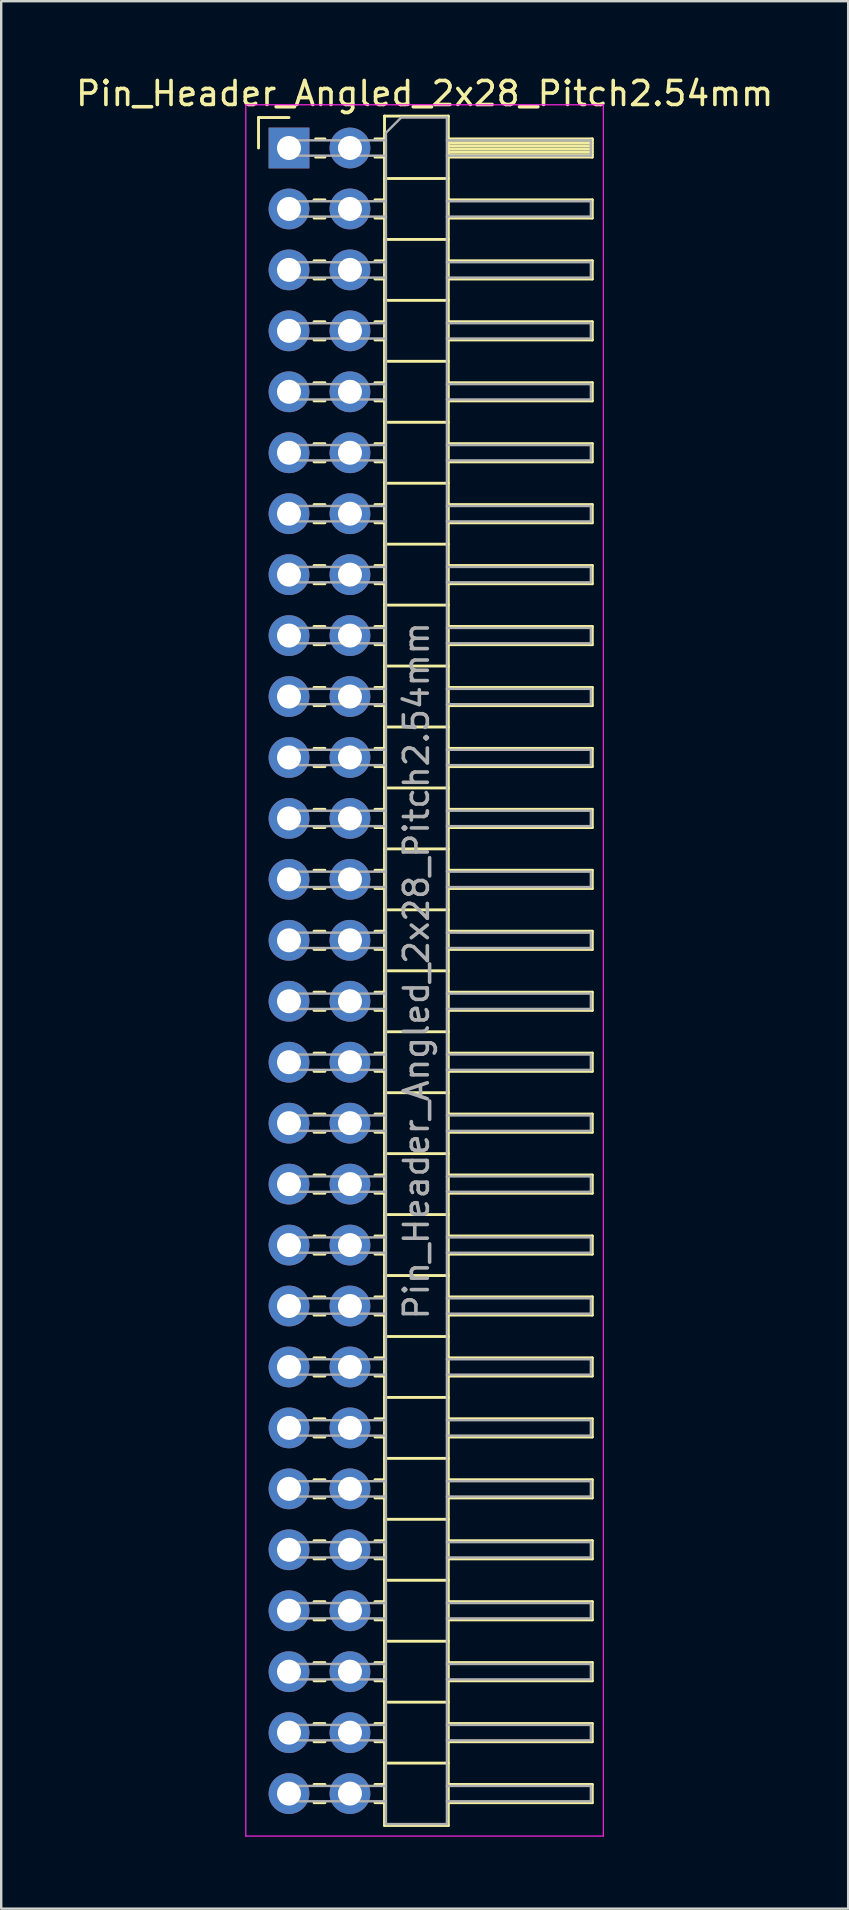
<source format=kicad_pcb>
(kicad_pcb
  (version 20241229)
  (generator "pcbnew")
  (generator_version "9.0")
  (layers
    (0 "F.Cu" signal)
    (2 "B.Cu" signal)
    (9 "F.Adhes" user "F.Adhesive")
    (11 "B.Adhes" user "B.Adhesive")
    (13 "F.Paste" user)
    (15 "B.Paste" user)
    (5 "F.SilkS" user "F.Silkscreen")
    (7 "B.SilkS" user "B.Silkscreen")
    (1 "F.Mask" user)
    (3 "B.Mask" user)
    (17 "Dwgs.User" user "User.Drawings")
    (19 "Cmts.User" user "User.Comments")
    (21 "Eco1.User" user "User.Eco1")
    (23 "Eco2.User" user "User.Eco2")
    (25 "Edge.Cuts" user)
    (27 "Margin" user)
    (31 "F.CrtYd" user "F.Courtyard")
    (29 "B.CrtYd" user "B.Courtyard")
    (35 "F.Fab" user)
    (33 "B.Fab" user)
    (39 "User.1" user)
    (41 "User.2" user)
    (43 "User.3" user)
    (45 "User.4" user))
  (footprint "Pin_Header_Angled_2x28_Pitch2.54mm"
    (layer "F.Cu")
    (at 8.994 3.118)
    (property "Reference" "Pin_Header_Angled_2x28_Pitch2.54mm" (at 5.655 -2.27 0) (layer "F.SilkS") (effects (font (size 1 1) (thickness 0.15))))
    (attr through_hole)
    (fp_line (start -1.27 -1.27) (end 0 -1.27) (stroke (width 0.12) (type solid)) (layer "F.SilkS"))
    (fp_line (start -1.27 0) (end -1.27 -1.27) (stroke (width 0.12) (type solid)) (layer "F.SilkS"))
    (fp_line (start 1.043 2.16) (end 1.497 2.16) (stroke (width 0.12) (type solid)) (layer "F.SilkS"))
    (fp_line (start 1.043 2.92) (end 1.497 2.92) (stroke (width 0.12) (type solid)) (layer "F.SilkS"))
    (fp_line (start 1.043 4.7) (end 1.497 4.7) (stroke (width 0.12) (type solid)) (layer "F.SilkS"))
    (fp_line (start 1.043 5.46) (end 1.497 5.46) (stroke (width 0.12) (type solid)) (layer "F.SilkS"))
    (fp_line (start 1.043 7.24) (end 1.497 7.24) (stroke (width 0.12) (type solid)) (layer "F.SilkS"))
    (fp_line (start 1.043 8) (end 1.497 8) (stroke (width 0.12) (type solid)) (layer "F.SilkS"))
    (fp_line (start 1.043 9.78) (end 1.497 9.78) (stroke (width 0.12) (type solid)) (layer "F.SilkS"))
    (fp_line (start 1.043 10.54) (end 1.497 10.54) (stroke (width 0.12) (type solid)) (layer "F.SilkS"))
    (fp_line (start 1.043 12.32) (end 1.497 12.32) (stroke (width 0.12) (type solid)) (layer "F.SilkS"))
    (fp_line (start 1.043 13.08) (end 1.497 13.08) (stroke (width 0.12) (type solid)) (layer "F.SilkS"))
    (fp_line (start 1.043 14.86) (end 1.497 14.86) (stroke (width 0.12) (type solid)) (layer "F.SilkS"))
    (fp_line (start 1.043 15.62) (end 1.497 15.62) (stroke (width 0.12) (type solid)) (layer "F.SilkS"))
    (fp_line (start 1.043 17.4) (end 1.497 17.4) (stroke (width 0.12) (type solid)) (layer "F.SilkS"))
    (fp_line (start 1.043 18.16) (end 1.497 18.16) (stroke (width 0.12) (type solid)) (layer "F.SilkS"))
    (fp_line (start 1.043 19.94) (end 1.497 19.94) (stroke (width 0.12) (type solid)) (layer "F.SilkS"))
    (fp_line (start 1.043 20.7) (end 1.497 20.7) (stroke (width 0.12) (type solid)) (layer "F.SilkS"))
    (fp_line (start 1.043 22.48) (end 1.497 22.48) (stroke (width 0.12) (type solid)) (layer "F.SilkS"))
    (fp_line (start 1.043 23.24) (end 1.497 23.24) (stroke (width 0.12) (type solid)) (layer "F.SilkS"))
    (fp_line (start 1.043 25.02) (end 1.497 25.02) (stroke (width 0.12) (type solid)) (layer "F.SilkS"))
    (fp_line (start 1.043 25.78) (end 1.497 25.78) (stroke (width 0.12) (type solid)) (layer "F.SilkS"))
    (fp_line (start 1.043 27.56) (end 1.497 27.56) (stroke (width 0.12) (type solid)) (layer "F.SilkS"))
    (fp_line (start 1.043 28.32) (end 1.497 28.32) (stroke (width 0.12) (type solid)) (layer "F.SilkS"))
    (fp_line (start 1.043 30.1) (end 1.497 30.1) (stroke (width 0.12) (type solid)) (layer "F.SilkS"))
    (fp_line (start 1.043 30.86) (end 1.497 30.86) (stroke (width 0.12) (type solid)) (layer "F.SilkS"))
    (fp_line (start 1.043 32.64) (end 1.497 32.64) (stroke (width 0.12) (type solid)) (layer "F.SilkS"))
    (fp_line (start 1.043 33.4) (end 1.497 33.4) (stroke (width 0.12) (type solid)) (layer "F.SilkS"))
    (fp_line (start 1.043 35.18) (end 1.497 35.18) (stroke (width 0.12) (type solid)) (layer "F.SilkS"))
    (fp_line (start 1.043 35.94) (end 1.497 35.94) (stroke (width 0.12) (type solid)) (layer "F.SilkS"))
    (fp_line (start 1.043 37.72) (end 1.497 37.72) (stroke (width 0.12) (type solid)) (layer "F.SilkS"))
    (fp_line (start 1.043 38.48) (end 1.497 38.48) (stroke (width 0.12) (type solid)) (layer "F.SilkS"))
    (fp_line (start 1.043 40.26) (end 1.497 40.26) (stroke (width 0.12) (type solid)) (layer "F.SilkS"))
    (fp_line (start 1.043 41.02) (end 1.497 41.02) (stroke (width 0.12) (type solid)) (layer "F.SilkS"))
    (fp_line (start 1.043 42.8) (end 1.497 42.8) (stroke (width 0.12) (type solid)) (layer "F.SilkS"))
    (fp_line (start 1.043 43.56) (end 1.497 43.56) (stroke (width 0.12) (type solid)) (layer "F.SilkS"))
    (fp_line (start 1.043 45.34) (end 1.497 45.34) (stroke (width 0.12) (type solid)) (layer "F.SilkS"))
    (fp_line (start 1.043 46.1) (end 1.497 46.1) (stroke (width 0.12) (type solid)) (layer "F.SilkS"))
    (fp_line (start 1.043 47.88) (end 1.497 47.88) (stroke (width 0.12) (type solid)) (layer "F.SilkS"))
    (fp_line (start 1.043 48.64) (end 1.497 48.64) (stroke (width 0.12) (type solid)) (layer "F.SilkS"))
    (fp_line (start 1.043 50.42) (end 1.497 50.42) (stroke (width 0.12) (type solid)) (layer "F.SilkS"))
    (fp_line (start 1.043 51.18) (end 1.497 51.18) (stroke (width 0.12) (type solid)) (layer "F.SilkS"))
    (fp_line (start 1.043 52.96) (end 1.497 52.96) (stroke (width 0.12) (type solid)) (layer "F.SilkS"))
    (fp_line (start 1.043 53.72) (end 1.497 53.72) (stroke (width 0.12) (type solid)) (layer "F.SilkS"))
    (fp_line (start 1.043 55.5) (end 1.497 55.5) (stroke (width 0.12) (type solid)) (layer "F.SilkS"))
    (fp_line (start 1.043 56.26) (end 1.497 56.26) (stroke (width 0.12) (type solid)) (layer "F.SilkS"))
    (fp_line (start 1.043 58.04) (end 1.497 58.04) (stroke (width 0.12) (type solid)) (layer "F.SilkS"))
    (fp_line (start 1.043 58.8) (end 1.497 58.8) (stroke (width 0.12) (type solid)) (layer "F.SilkS"))
    (fp_line (start 1.043 60.58) (end 1.497 60.58) (stroke (width 0.12) (type solid)) (layer "F.SilkS"))
    (fp_line (start 1.043 61.34) (end 1.497 61.34) (stroke (width 0.12) (type solid)) (layer "F.SilkS"))
    (fp_line (start 1.043 63.12) (end 1.497 63.12) (stroke (width 0.12) (type solid)) (layer "F.SilkS"))
    (fp_line (start 1.043 63.88) (end 1.497 63.88) (stroke (width 0.12) (type solid)) (layer "F.SilkS"))
    (fp_line (start 1.043 65.66) (end 1.497 65.66) (stroke (width 0.12) (type solid)) (layer "F.SilkS"))
    (fp_line (start 1.043 66.42) (end 1.497 66.42) (stroke (width 0.12) (type solid)) (layer "F.SilkS"))
    (fp_line (start 1.043 68.2) (end 1.497 68.2) (stroke (width 0.12) (type solid)) (layer "F.SilkS"))
    (fp_line (start 1.043 68.96) (end 1.497 68.96) (stroke (width 0.12) (type solid)) (layer "F.SilkS"))
    (fp_line (start 1.11 -0.38) (end 1.497 -0.38) (stroke (width 0.12) (type solid)) (layer "F.SilkS"))
    (fp_line (start 1.11 0.38) (end 1.497 0.38) (stroke (width 0.12) (type solid)) (layer "F.SilkS"))
    (fp_line (start 3.583 -0.38) (end 3.98 -0.38) (stroke (width 0.12) (type solid)) (layer "F.SilkS"))
    (fp_line (start 3.583 0.38) (end 3.98 0.38) (stroke (width 0.12) (type solid)) (layer "F.SilkS"))
    (fp_line (start 3.583 2.16) (end 3.98 2.16) (stroke (width 0.12) (type solid)) (layer "F.SilkS"))
    (fp_line (start 3.583 2.92) (end 3.98 2.92) (stroke (width 0.12) (type solid)) (layer "F.SilkS"))
    (fp_line (start 3.583 4.7) (end 3.98 4.7) (stroke (width 0.12) (type solid)) (layer "F.SilkS"))
    (fp_line (start 3.583 5.46) (end 3.98 5.46) (stroke (width 0.12) (type solid)) (layer "F.SilkS"))
    (fp_line (start 3.583 7.24) (end 3.98 7.24) (stroke (width 0.12) (type solid)) (layer "F.SilkS"))
    (fp_line (start 3.583 8) (end 3.98 8) (stroke (width 0.12) (type solid)) (layer "F.SilkS"))
    (fp_line (start 3.583 9.78) (end 3.98 9.78) (stroke (width 0.12) (type solid)) (layer "F.SilkS"))
    (fp_line (start 3.583 10.54) (end 3.98 10.54) (stroke (width 0.12) (type solid)) (layer "F.SilkS"))
    (fp_line (start 3.583 12.32) (end 3.98 12.32) (stroke (width 0.12) (type solid)) (layer "F.SilkS"))
    (fp_line (start 3.583 13.08) (end 3.98 13.08) (stroke (width 0.12) (type solid)) (layer "F.SilkS"))
    (fp_line (start 3.583 14.86) (end 3.98 14.86) (stroke (width 0.12) (type solid)) (layer "F.SilkS"))
    (fp_line (start 3.583 15.62) (end 3.98 15.62) (stroke (width 0.12) (type solid)) (layer "F.SilkS"))
    (fp_line (start 3.583 17.4) (end 3.98 17.4) (stroke (width 0.12) (type solid)) (layer "F.SilkS"))
    (fp_line (start 3.583 18.16) (end 3.98 18.16) (stroke (width 0.12) (type solid)) (layer "F.SilkS"))
    (fp_line (start 3.583 19.94) (end 3.98 19.94) (stroke (width 0.12) (type solid)) (layer "F.SilkS"))
    (fp_line (start 3.583 20.7) (end 3.98 20.7) (stroke (width 0.12) (type solid)) (layer "F.SilkS"))
    (fp_line (start 3.583 22.48) (end 3.98 22.48) (stroke (width 0.12) (type solid)) (layer "F.SilkS"))
    (fp_line (start 3.583 23.24) (end 3.98 23.24) (stroke (width 0.12) (type solid)) (layer "F.SilkS"))
    (fp_line (start 3.583 25.02) (end 3.98 25.02) (stroke (width 0.12) (type solid)) (layer "F.SilkS"))
    (fp_line (start 3.583 25.78) (end 3.98 25.78) (stroke (width 0.12) (type solid)) (layer "F.SilkS"))
    (fp_line (start 3.583 27.56) (end 3.98 27.56) (stroke (width 0.12) (type solid)) (layer "F.SilkS"))
    (fp_line (start 3.583 28.32) (end 3.98 28.32) (stroke (width 0.12) (type solid)) (layer "F.SilkS"))
    (fp_line (start 3.583 30.1) (end 3.98 30.1) (stroke (width 0.12) (type solid)) (layer "F.SilkS"))
    (fp_line (start 3.583 30.86) (end 3.98 30.86) (stroke (width 0.12) (type solid)) (layer "F.SilkS"))
    (fp_line (start 3.583 32.64) (end 3.98 32.64) (stroke (width 0.12) (type solid)) (layer "F.SilkS"))
    (fp_line (start 3.583 33.4) (end 3.98 33.4) (stroke (width 0.12) (type solid)) (layer "F.SilkS"))
    (fp_line (start 3.583 35.18) (end 3.98 35.18) (stroke (width 0.12) (type solid)) (layer "F.SilkS"))
    (fp_line (start 3.583 35.94) (end 3.98 35.94) (stroke (width 0.12) (type solid)) (layer "F.SilkS"))
    (fp_line (start 3.583 37.72) (end 3.98 37.72) (stroke (width 0.12) (type solid)) (layer "F.SilkS"))
    (fp_line (start 3.583 38.48) (end 3.98 38.48) (stroke (width 0.12) (type solid)) (layer "F.SilkS"))
    (fp_line (start 3.583 40.26) (end 3.98 40.26) (stroke (width 0.12) (type solid)) (layer "F.SilkS"))
    (fp_line (start 3.583 41.02) (end 3.98 41.02) (stroke (width 0.12) (type solid)) (layer "F.SilkS"))
    (fp_line (start 3.583 42.8) (end 3.98 42.8) (stroke (width 0.12) (type solid)) (layer "F.SilkS"))
    (fp_line (start 3.583 43.56) (end 3.98 43.56) (stroke (width 0.12) (type solid)) (layer "F.SilkS"))
    (fp_line (start 3.583 45.34) (end 3.98 45.34) (stroke (width 0.12) (type solid)) (layer "F.SilkS"))
    (fp_line (start 3.583 46.1) (end 3.98 46.1) (stroke (width 0.12) (type solid)) (layer "F.SilkS"))
    (fp_line (start 3.583 47.88) (end 3.98 47.88) (stroke (width 0.12) (type solid)) (layer "F.SilkS"))
    (fp_line (start 3.583 48.64) (end 3.98 48.64) (stroke (width 0.12) (type solid)) (layer "F.SilkS"))
    (fp_line (start 3.583 50.42) (end 3.98 50.42) (stroke (width 0.12) (type solid)) (layer "F.SilkS"))
    (fp_line (start 3.583 51.18) (end 3.98 51.18) (stroke (width 0.12) (type solid)) (layer "F.SilkS"))
    (fp_line (start 3.583 52.96) (end 3.98 52.96) (stroke (width 0.12) (type solid)) (layer "F.SilkS"))
    (fp_line (start 3.583 53.72) (end 3.98 53.72) (stroke (width 0.12) (type solid)) (layer "F.SilkS"))
    (fp_line (start 3.583 55.5) (end 3.98 55.5) (stroke (width 0.12) (type solid)) (layer "F.SilkS"))
    (fp_line (start 3.583 56.26) (end 3.98 56.26) (stroke (width 0.12) (type solid)) (layer "F.SilkS"))
    (fp_line (start 3.583 58.04) (end 3.98 58.04) (stroke (width 0.12) (type solid)) (layer "F.SilkS"))
    (fp_line (start 3.583 58.8) (end 3.98 58.8) (stroke (width 0.12) (type solid)) (layer "F.SilkS"))
    (fp_line (start 3.583 60.58) (end 3.98 60.58) (stroke (width 0.12) (type solid)) (layer "F.SilkS"))
    (fp_line (start 3.583 61.34) (end 3.98 61.34) (stroke (width 0.12) (type solid)) (layer "F.SilkS"))
    (fp_line (start 3.583 63.12) (end 3.98 63.12) (stroke (width 0.12) (type solid)) (layer "F.SilkS"))
    (fp_line (start 3.583 63.88) (end 3.98 63.88) (stroke (width 0.12) (type solid)) (layer "F.SilkS"))
    (fp_line (start 3.583 65.66) (end 3.98 65.66) (stroke (width 0.12) (type solid)) (layer "F.SilkS"))
    (fp_line (start 3.583 66.42) (end 3.98 66.42) (stroke (width 0.12) (type solid)) (layer "F.SilkS"))
    (fp_line (start 3.583 68.2) (end 3.98 68.2) (stroke (width 0.12) (type solid)) (layer "F.SilkS"))
    (fp_line (start 3.583 68.96) (end 3.98 68.96) (stroke (width 0.12) (type solid)) (layer "F.SilkS"))
    (fp_line (start 3.98 -1.33) (end 3.98 69.91) (stroke (width 0.12) (type solid)) (layer "F.SilkS"))
    (fp_line (start 3.98 1.27) (end 6.64 1.27) (stroke (width 0.12) (type solid)) (layer "F.SilkS"))
    (fp_line (start 3.98 3.81) (end 6.64 3.81) (stroke (width 0.12) (type solid)) (layer "F.SilkS"))
    (fp_line (start 3.98 6.35) (end 6.64 6.35) (stroke (width 0.12) (type solid)) (layer "F.SilkS"))
    (fp_line (start 3.98 8.89) (end 6.64 8.89) (stroke (width 0.12) (type solid)) (layer "F.SilkS"))
    (fp_line (start 3.98 11.43) (end 6.64 11.43) (stroke (width 0.12) (type solid)) (layer "F.SilkS"))
    (fp_line (start 3.98 13.97) (end 6.64 13.97) (stroke (width 0.12) (type solid)) (layer "F.SilkS"))
    (fp_line (start 3.98 16.51) (end 6.64 16.51) (stroke (width 0.12) (type solid)) (layer "F.SilkS"))
    (fp_line (start 3.98 19.05) (end 6.64 19.05) (stroke (width 0.12) (type solid)) (layer "F.SilkS"))
    (fp_line (start 3.98 21.59) (end 6.64 21.59) (stroke (width 0.12) (type solid)) (layer "F.SilkS"))
    (fp_line (start 3.98 24.13) (end 6.64 24.13) (stroke (width 0.12) (type solid)) (layer "F.SilkS"))
    (fp_line (start 3.98 26.67) (end 6.64 26.67) (stroke (width 0.12) (type solid)) (layer "F.SilkS"))
    (fp_line (start 3.98 29.21) (end 6.64 29.21) (stroke (width 0.12) (type solid)) (layer "F.SilkS"))
    (fp_line (start 3.98 31.75) (end 6.64 31.75) (stroke (width 0.12) (type solid)) (layer "F.SilkS"))
    (fp_line (start 3.98 34.29) (end 6.64 34.29) (stroke (width 0.12) (type solid)) (layer "F.SilkS"))
    (fp_line (start 3.98 36.83) (end 6.64 36.83) (stroke (width 0.12) (type solid)) (layer "F.SilkS"))
    (fp_line (start 3.98 39.37) (end 6.64 39.37) (stroke (width 0.12) (type solid)) (layer "F.SilkS"))
    (fp_line (start 3.98 41.91) (end 6.64 41.91) (stroke (width 0.12) (type solid)) (layer "F.SilkS"))
    (fp_line (start 3.98 44.45) (end 6.64 44.45) (stroke (width 0.12) (type solid)) (layer "F.SilkS"))
    (fp_line (start 3.98 46.99) (end 6.64 46.99) (stroke (width 0.12) (type solid)) (layer "F.SilkS"))
    (fp_line (start 3.98 49.53) (end 6.64 49.53) (stroke (width 0.12) (type solid)) (layer "F.SilkS"))
    (fp_line (start 3.98 52.07) (end 6.64 52.07) (stroke (width 0.12) (type solid)) (layer "F.SilkS"))
    (fp_line (start 3.98 54.61) (end 6.64 54.61) (stroke (width 0.12) (type solid)) (layer "F.SilkS"))
    (fp_line (start 3.98 57.15) (end 6.64 57.15) (stroke (width 0.12) (type solid)) (layer "F.SilkS"))
    (fp_line (start 3.98 59.69) (end 6.64 59.69) (stroke (width 0.12) (type solid)) (layer "F.SilkS"))
    (fp_line (start 3.98 62.23) (end 6.64 62.23) (stroke (width 0.12) (type solid)) (layer "F.SilkS"))
    (fp_line (start 3.98 64.77) (end 6.64 64.77) (stroke (width 0.12) (type solid)) (layer "F.SilkS"))
    (fp_line (start 3.98 67.31) (end 6.64 67.31) (stroke (width 0.12) (type solid)) (layer "F.SilkS"))
    (fp_line (start 3.98 69.91) (end 6.64 69.91) (stroke (width 0.12) (type solid)) (layer "F.SilkS"))
    (fp_line (start 6.64 -1.33) (end 3.98 -1.33) (stroke (width 0.12) (type solid)) (layer "F.SilkS"))
    (fp_line (start 6.64 -0.38) (end 12.64 -0.38) (stroke (width 0.12) (type solid)) (layer "F.SilkS"))
    (fp_line (start 6.64 -0.32) (end 12.64 -0.32) (stroke (width 0.12) (type solid)) (layer "F.SilkS"))
    (fp_line (start 6.64 -0.2) (end 12.64 -0.2) (stroke (width 0.12) (type solid)) (layer "F.SilkS"))
    (fp_line (start 6.64 -0.08) (end 12.64 -0.08) (stroke (width 0.12) (type solid)) (layer "F.SilkS"))
    (fp_line (start 6.64 0.04) (end 12.64 0.04) (stroke (width 0.12) (type solid)) (layer "F.SilkS"))
    (fp_line (start 6.64 0.16) (end 12.64 0.16) (stroke (width 0.12) (type solid)) (layer "F.SilkS"))
    (fp_line (start 6.64 0.28) (end 12.64 0.28) (stroke (width 0.12) (type solid)) (layer "F.SilkS"))
    (fp_line (start 6.64 2.16) (end 12.64 2.16) (stroke (width 0.12) (type solid)) (layer "F.SilkS"))
    (fp_line (start 6.64 4.7) (end 12.64 4.7) (stroke (width 0.12) (type solid)) (layer "F.SilkS"))
    (fp_line (start 6.64 7.24) (end 12.64 7.24) (stroke (width 0.12) (type solid)) (layer "F.SilkS"))
    (fp_line (start 6.64 9.78) (end 12.64 9.78) (stroke (width 0.12) (type solid)) (layer "F.SilkS"))
    (fp_line (start 6.64 12.32) (end 12.64 12.32) (stroke (width 0.12) (type solid)) (layer "F.SilkS"))
    (fp_line (start 6.64 14.86) (end 12.64 14.86) (stroke (width 0.12) (type solid)) (layer "F.SilkS"))
    (fp_line (start 6.64 17.4) (end 12.64 17.4) (stroke (width 0.12) (type solid)) (layer "F.SilkS"))
    (fp_line (start 6.64 19.94) (end 12.64 19.94) (stroke (width 0.12) (type solid)) (layer "F.SilkS"))
    (fp_line (start 6.64 22.48) (end 12.64 22.48) (stroke (width 0.12) (type solid)) (layer "F.SilkS"))
    (fp_line (start 6.64 25.02) (end 12.64 25.02) (stroke (width 0.12) (type solid)) (layer "F.SilkS"))
    (fp_line (start 6.64 27.56) (end 12.64 27.56) (stroke (width 0.12) (type solid)) (layer "F.SilkS"))
    (fp_line (start 6.64 30.1) (end 12.64 30.1) (stroke (width 0.12) (type solid)) (layer "F.SilkS"))
    (fp_line (start 6.64 32.64) (end 12.64 32.64) (stroke (width 0.12) (type solid)) (layer "F.SilkS"))
    (fp_line (start 6.64 35.18) (end 12.64 35.18) (stroke (width 0.12) (type solid)) (layer "F.SilkS"))
    (fp_line (start 6.64 37.72) (end 12.64 37.72) (stroke (width 0.12) (type solid)) (layer "F.SilkS"))
    (fp_line (start 6.64 40.26) (end 12.64 40.26) (stroke (width 0.12) (type solid)) (layer "F.SilkS"))
    (fp_line (start 6.64 42.8) (end 12.64 42.8) (stroke (width 0.12) (type solid)) (layer "F.SilkS"))
    (fp_line (start 6.64 45.34) (end 12.64 45.34) (stroke (width 0.12) (type solid)) (layer "F.SilkS"))
    (fp_line (start 6.64 47.88) (end 12.64 47.88) (stroke (width 0.12) (type solid)) (layer "F.SilkS"))
    (fp_line (start 6.64 50.42) (end 12.64 50.42) (stroke (width 0.12) (type solid)) (layer "F.SilkS"))
    (fp_line (start 6.64 52.96) (end 12.64 52.96) (stroke (width 0.12) (type solid)) (layer "F.SilkS"))
    (fp_line (start 6.64 55.5) (end 12.64 55.5) (stroke (width 0.12) (type solid)) (layer "F.SilkS"))
    (fp_line (start 6.64 58.04) (end 12.64 58.04) (stroke (width 0.12) (type solid)) (layer "F.SilkS"))
    (fp_line (start 6.64 60.58) (end 12.64 60.58) (stroke (width 0.12) (type solid)) (layer "F.SilkS"))
    (fp_line (start 6.64 63.12) (end 12.64 63.12) (stroke (width 0.12) (type solid)) (layer "F.SilkS"))
    (fp_line (start 6.64 65.66) (end 12.64 65.66) (stroke (width 0.12) (type solid)) (layer "F.SilkS"))
    (fp_line (start 6.64 68.2) (end 12.64 68.2) (stroke (width 0.12) (type solid)) (layer "F.SilkS"))
    (fp_line (start 6.64 69.91) (end 6.64 -1.33) (stroke (width 0.12) (type solid)) (layer "F.SilkS"))
    (fp_line (start 12.64 -0.38) (end 12.64 0.38) (stroke (width 0.12) (type solid)) (layer "F.SilkS"))
    (fp_line (start 12.64 0.38) (end 6.64 0.38) (stroke (width 0.12) (type solid)) (layer "F.SilkS"))
    (fp_line (start 12.64 2.16) (end 12.64 2.92) (stroke (width 0.12) (type solid)) (layer "F.SilkS"))
    (fp_line (start 12.64 2.92) (end 6.64 2.92) (stroke (width 0.12) (type solid)) (layer "F.SilkS"))
    (fp_line (start 12.64 4.7) (end 12.64 5.46) (stroke (width 0.12) (type solid)) (layer "F.SilkS"))
    (fp_line (start 12.64 5.46) (end 6.64 5.46) (stroke (width 0.12) (type solid)) (layer "F.SilkS"))
    (fp_line (start 12.64 7.24) (end 12.64 8) (stroke (width 0.12) (type solid)) (layer "F.SilkS"))
    (fp_line (start 12.64 8) (end 6.64 8) (stroke (width 0.12) (type solid)) (layer "F.SilkS"))
    (fp_line (start 12.64 9.78) (end 12.64 10.54) (stroke (width 0.12) (type solid)) (layer "F.SilkS"))
    (fp_line (start 12.64 10.54) (end 6.64 10.54) (stroke (width 0.12) (type solid)) (layer "F.SilkS"))
    (fp_line (start 12.64 12.32) (end 12.64 13.08) (stroke (width 0.12) (type solid)) (layer "F.SilkS"))
    (fp_line (start 12.64 13.08) (end 6.64 13.08) (stroke (width 0.12) (type solid)) (layer "F.SilkS"))
    (fp_line (start 12.64 14.86) (end 12.64 15.62) (stroke (width 0.12) (type solid)) (layer "F.SilkS"))
    (fp_line (start 12.64 15.62) (end 6.64 15.62) (stroke (width 0.12) (type solid)) (layer "F.SilkS"))
    (fp_line (start 12.64 17.4) (end 12.64 18.16) (stroke (width 0.12) (type solid)) (layer "F.SilkS"))
    (fp_line (start 12.64 18.16) (end 6.64 18.16) (stroke (width 0.12) (type solid)) (layer "F.SilkS"))
    (fp_line (start 12.64 19.94) (end 12.64 20.7) (stroke (width 0.12) (type solid)) (layer "F.SilkS"))
    (fp_line (start 12.64 20.7) (end 6.64 20.7) (stroke (width 0.12) (type solid)) (layer "F.SilkS"))
    (fp_line (start 12.64 22.48) (end 12.64 23.24) (stroke (width 0.12) (type solid)) (layer "F.SilkS"))
    (fp_line (start 12.64 23.24) (end 6.64 23.24) (stroke (width 0.12) (type solid)) (layer "F.SilkS"))
    (fp_line (start 12.64 25.02) (end 12.64 25.78) (stroke (width 0.12) (type solid)) (layer "F.SilkS"))
    (fp_line (start 12.64 25.78) (end 6.64 25.78) (stroke (width 0.12) (type solid)) (layer "F.SilkS"))
    (fp_line (start 12.64 27.56) (end 12.64 28.32) (stroke (width 0.12) (type solid)) (layer "F.SilkS"))
    (fp_line (start 12.64 28.32) (end 6.64 28.32) (stroke (width 0.12) (type solid)) (layer "F.SilkS"))
    (fp_line (start 12.64 30.1) (end 12.64 30.86) (stroke (width 0.12) (type solid)) (layer "F.SilkS"))
    (fp_line (start 12.64 30.86) (end 6.64 30.86) (stroke (width 0.12) (type solid)) (layer "F.SilkS"))
    (fp_line (start 12.64 32.64) (end 12.64 33.4) (stroke (width 0.12) (type solid)) (layer "F.SilkS"))
    (fp_line (start 12.64 33.4) (end 6.64 33.4) (stroke (width 0.12) (type solid)) (layer "F.SilkS"))
    (fp_line (start 12.64 35.18) (end 12.64 35.94) (stroke (width 0.12) (type solid)) (layer "F.SilkS"))
    (fp_line (start 12.64 35.94) (end 6.64 35.94) (stroke (width 0.12) (type solid)) (layer "F.SilkS"))
    (fp_line (start 12.64 37.72) (end 12.64 38.48) (stroke (width 0.12) (type solid)) (layer "F.SilkS"))
    (fp_line (start 12.64 38.48) (end 6.64 38.48) (stroke (width 0.12) (type solid)) (layer "F.SilkS"))
    (fp_line (start 12.64 40.26) (end 12.64 41.02) (stroke (width 0.12) (type solid)) (layer "F.SilkS"))
    (fp_line (start 12.64 41.02) (end 6.64 41.02) (stroke (width 0.12) (type solid)) (layer "F.SilkS"))
    (fp_line (start 12.64 42.8) (end 12.64 43.56) (stroke (width 0.12) (type solid)) (layer "F.SilkS"))
    (fp_line (start 12.64 43.56) (end 6.64 43.56) (stroke (width 0.12) (type solid)) (layer "F.SilkS"))
    (fp_line (start 12.64 45.34) (end 12.64 46.1) (stroke (width 0.12) (type solid)) (layer "F.SilkS"))
    (fp_line (start 12.64 46.1) (end 6.64 46.1) (stroke (width 0.12) (type solid)) (layer "F.SilkS"))
    (fp_line (start 12.64 47.88) (end 12.64 48.64) (stroke (width 0.12) (type solid)) (layer "F.SilkS"))
    (fp_line (start 12.64 48.64) (end 6.64 48.64) (stroke (width 0.12) (type solid)) (layer "F.SilkS"))
    (fp_line (start 12.64 50.42) (end 12.64 51.18) (stroke (width 0.12) (type solid)) (layer "F.SilkS"))
    (fp_line (start 12.64 51.18) (end 6.64 51.18) (stroke (width 0.12) (type solid)) (layer "F.SilkS"))
    (fp_line (start 12.64 52.96) (end 12.64 53.72) (stroke (width 0.12) (type solid)) (layer "F.SilkS"))
    (fp_line (start 12.64 53.72) (end 6.64 53.72) (stroke (width 0.12) (type solid)) (layer "F.SilkS"))
    (fp_line (start 12.64 55.5) (end 12.64 56.26) (stroke (width 0.12) (type solid)) (layer "F.SilkS"))
    (fp_line (start 12.64 56.26) (end 6.64 56.26) (stroke (width 0.12) (type solid)) (layer "F.SilkS"))
    (fp_line (start 12.64 58.04) (end 12.64 58.8) (stroke (width 0.12) (type solid)) (layer "F.SilkS"))
    (fp_line (start 12.64 58.8) (end 6.64 58.8) (stroke (width 0.12) (type solid)) (layer "F.SilkS"))
    (fp_line (start 12.64 60.58) (end 12.64 61.34) (stroke (width 0.12) (type solid)) (layer "F.SilkS"))
    (fp_line (start 12.64 61.34) (end 6.64 61.34) (stroke (width 0.12) (type solid)) (layer "F.SilkS"))
    (fp_line (start 12.64 63.12) (end 12.64 63.88) (stroke (width 0.12) (type solid)) (layer "F.SilkS"))
    (fp_line (start 12.64 63.88) (end 6.64 63.88) (stroke (width 0.12) (type solid)) (layer "F.SilkS"))
    (fp_line (start 12.64 65.66) (end 12.64 66.42) (stroke (width 0.12) (type solid)) (layer "F.SilkS"))
    (fp_line (start 12.64 66.42) (end 6.64 66.42) (stroke (width 0.12) (type solid)) (layer "F.SilkS"))
    (fp_line (start 12.64 68.2) (end 12.64 68.96) (stroke (width 0.12) (type solid)) (layer "F.SilkS"))
    (fp_line (start 12.64 68.96) (end 6.64 68.96) (stroke (width 0.12) (type solid)) (layer "F.SilkS"))
    (fp_line (start -1.8 -1.8) (end -1.8 70.35) (stroke (width 0.05) (type solid)) (layer "F.CrtYd"))
    (fp_line (start -1.8 70.35) (end 13.1 70.35) (stroke (width 0.05) (type solid)) (layer "F.CrtYd"))
    (fp_line (start 13.1 -1.8) (end -1.8 -1.8) (stroke (width 0.05) (type solid)) (layer "F.CrtYd"))
    (fp_line (start 13.1 70.35) (end 13.1 -1.8) (stroke (width 0.05) (type solid)) (layer "F.CrtYd"))
    (fp_line (start -0.32 -0.32) (end -0.32 0.32) (stroke (width 0.1) (type solid)) (layer "F.Fab"))
    (fp_line (start -0.32 -0.32) (end 4.04 -0.32) (stroke (width 0.1) (type solid)) (layer "F.Fab"))
    (fp_line (start -0.32 0.32) (end 4.04 0.32) (stroke (width 0.1) (type solid)) (layer "F.Fab"))
    (fp_line (start -0.32 2.22) (end -0.32 2.86) (stroke (width 0.1) (type solid)) (layer "F.Fab"))
    (fp_line (start -0.32 2.22) (end 4.04 2.22) (stroke (width 0.1) (type solid)) (layer "F.Fab"))
    (fp_line (start -0.32 2.86) (end 4.04 2.86) (stroke (width 0.1) (type solid)) (layer "F.Fab"))
    (fp_line (start -0.32 4.76) (end -0.32 5.4) (stroke (width 0.1) (type solid)) (layer "F.Fab"))
    (fp_line (start -0.32 4.76) (end 4.04 4.76) (stroke (width 0.1) (type solid)) (layer "F.Fab"))
    (fp_line (start -0.32 5.4) (end 4.04 5.4) (stroke (width 0.1) (type solid)) (layer "F.Fab"))
    (fp_line (start -0.32 7.3) (end -0.32 7.94) (stroke (width 0.1) (type solid)) (layer "F.Fab"))
    (fp_line (start -0.32 7.3) (end 4.04 7.3) (stroke (width 0.1) (type solid)) (layer "F.Fab"))
    (fp_line (start -0.32 7.94) (end 4.04 7.94) (stroke (width 0.1) (type solid)) (layer "F.Fab"))
    (fp_line (start -0.32 9.84) (end -0.32 10.48) (stroke (width 0.1) (type solid)) (layer "F.Fab"))
    (fp_line (start -0.32 9.84) (end 4.04 9.84) (stroke (width 0.1) (type solid)) (layer "F.Fab"))
    (fp_line (start -0.32 10.48) (end 4.04 10.48) (stroke (width 0.1) (type solid)) (layer "F.Fab"))
    (fp_line (start -0.32 12.38) (end -0.32 13.02) (stroke (width 0.1) (type solid)) (layer "F.Fab"))
    (fp_line (start -0.32 12.38) (end 4.04 12.38) (stroke (width 0.1) (type solid)) (layer "F.Fab"))
    (fp_line (start -0.32 13.02) (end 4.04 13.02) (stroke (width 0.1) (type solid)) (layer "F.Fab"))
    (fp_line (start -0.32 14.92) (end -0.32 15.56) (stroke (width 0.1) (type solid)) (layer "F.Fab"))
    (fp_line (start -0.32 14.92) (end 4.04 14.92) (stroke (width 0.1) (type solid)) (layer "F.Fab"))
    (fp_line (start -0.32 15.56) (end 4.04 15.56) (stroke (width 0.1) (type solid)) (layer "F.Fab"))
    (fp_line (start -0.32 17.46) (end -0.32 18.1) (stroke (width 0.1) (type solid)) (layer "F.Fab"))
    (fp_line (start -0.32 17.46) (end 4.04 17.46) (stroke (width 0.1) (type solid)) (layer "F.Fab"))
    (fp_line (start -0.32 18.1) (end 4.04 18.1) (stroke (width 0.1) (type solid)) (layer "F.Fab"))
    (fp_line (start -0.32 20) (end -0.32 20.64) (stroke (width 0.1) (type solid)) (layer "F.Fab"))
    (fp_line (start -0.32 20) (end 4.04 20) (stroke (width 0.1) (type solid)) (layer "F.Fab"))
    (fp_line (start -0.32 20.64) (end 4.04 20.64) (stroke (width 0.1) (type solid)) (layer "F.Fab"))
    (fp_line (start -0.32 22.54) (end -0.32 23.18) (stroke (width 0.1) (type solid)) (layer "F.Fab"))
    (fp_line (start -0.32 22.54) (end 4.04 22.54) (stroke (width 0.1) (type solid)) (layer "F.Fab"))
    (fp_line (start -0.32 23.18) (end 4.04 23.18) (stroke (width 0.1) (type solid)) (layer "F.Fab"))
    (fp_line (start -0.32 25.08) (end -0.32 25.72) (stroke (width 0.1) (type solid)) (layer "F.Fab"))
    (fp_line (start -0.32 25.08) (end 4.04 25.08) (stroke (width 0.1) (type solid)) (layer "F.Fab"))
    (fp_line (start -0.32 25.72) (end 4.04 25.72) (stroke (width 0.1) (type solid)) (layer "F.Fab"))
    (fp_line (start -0.32 27.62) (end -0.32 28.26) (stroke (width 0.1) (type solid)) (layer "F.Fab"))
    (fp_line (start -0.32 27.62) (end 4.04 27.62) (stroke (width 0.1) (type solid)) (layer "F.Fab"))
    (fp_line (start -0.32 28.26) (end 4.04 28.26) (stroke (width 0.1) (type solid)) (layer "F.Fab"))
    (fp_line (start -0.32 30.16) (end -0.32 30.8) (stroke (width 0.1) (type solid)) (layer "F.Fab"))
    (fp_line (start -0.32 30.16) (end 4.04 30.16) (stroke (width 0.1) (type solid)) (layer "F.Fab"))
    (fp_line (start -0.32 30.8) (end 4.04 30.8) (stroke (width 0.1) (type solid)) (layer "F.Fab"))
    (fp_line (start -0.32 32.7) (end -0.32 33.34) (stroke (width 0.1) (type solid)) (layer "F.Fab"))
    (fp_line (start -0.32 32.7) (end 4.04 32.7) (stroke (width 0.1) (type solid)) (layer "F.Fab"))
    (fp_line (start -0.32 33.34) (end 4.04 33.34) (stroke (width 0.1) (type solid)) (layer "F.Fab"))
    (fp_line (start -0.32 35.24) (end -0.32 35.88) (stroke (width 0.1) (type solid)) (layer "F.Fab"))
    (fp_line (start -0.32 35.24) (end 4.04 35.24) (stroke (width 0.1) (type solid)) (layer "F.Fab"))
    (fp_line (start -0.32 35.88) (end 4.04 35.88) (stroke (width 0.1) (type solid)) (layer "F.Fab"))
    (fp_line (start -0.32 37.78) (end -0.32 38.42) (stroke (width 0.1) (type solid)) (layer "F.Fab"))
    (fp_line (start -0.32 37.78) (end 4.04 37.78) (stroke (width 0.1) (type solid)) (layer "F.Fab"))
    (fp_line (start -0.32 38.42) (end 4.04 38.42) (stroke (width 0.1) (type solid)) (layer "F.Fab"))
    (fp_line (start -0.32 40.32) (end -0.32 40.96) (stroke (width 0.1) (type solid)) (layer "F.Fab"))
    (fp_line (start -0.32 40.32) (end 4.04 40.32) (stroke (width 0.1) (type solid)) (layer "F.Fab"))
    (fp_line (start -0.32 40.96) (end 4.04 40.96) (stroke (width 0.1) (type solid)) (layer "F.Fab"))
    (fp_line (start -0.32 42.86) (end -0.32 43.5) (stroke (width 0.1) (type solid)) (layer "F.Fab"))
    (fp_line (start -0.32 42.86) (end 4.04 42.86) (stroke (width 0.1) (type solid)) (layer "F.Fab"))
    (fp_line (start -0.32 43.5) (end 4.04 43.5) (stroke (width 0.1) (type solid)) (layer "F.Fab"))
    (fp_line (start -0.32 45.4) (end -0.32 46.04) (stroke (width 0.1) (type solid)) (layer "F.Fab"))
    (fp_line (start -0.32 45.4) (end 4.04 45.4) (stroke (width 0.1) (type solid)) (layer "F.Fab"))
    (fp_line (start -0.32 46.04) (end 4.04 46.04) (stroke (width 0.1) (type solid)) (layer "F.Fab"))
    (fp_line (start -0.32 47.94) (end -0.32 48.58) (stroke (width 0.1) (type solid)) (layer "F.Fab"))
    (fp_line (start -0.32 47.94) (end 4.04 47.94) (stroke (width 0.1) (type solid)) (layer "F.Fab"))
    (fp_line (start -0.32 48.58) (end 4.04 48.58) (stroke (width 0.1) (type solid)) (layer "F.Fab"))
    (fp_line (start -0.32 50.48) (end -0.32 51.12) (stroke (width 0.1) (type solid)) (layer "F.Fab"))
    (fp_line (start -0.32 50.48) (end 4.04 50.48) (stroke (width 0.1) (type solid)) (layer "F.Fab"))
    (fp_line (start -0.32 51.12) (end 4.04 51.12) (stroke (width 0.1) (type solid)) (layer "F.Fab"))
    (fp_line (start -0.32 53.02) (end -0.32 53.66) (stroke (width 0.1) (type solid)) (layer "F.Fab"))
    (fp_line (start -0.32 53.02) (end 4.04 53.02) (stroke (width 0.1) (type solid)) (layer "F.Fab"))
    (fp_line (start -0.32 53.66) (end 4.04 53.66) (stroke (width 0.1) (type solid)) (layer "F.Fab"))
    (fp_line (start -0.32 55.56) (end -0.32 56.2) (stroke (width 0.1) (type solid)) (layer "F.Fab"))
    (fp_line (start -0.32 55.56) (end 4.04 55.56) (stroke (width 0.1) (type solid)) (layer "F.Fab"))
    (fp_line (start -0.32 56.2) (end 4.04 56.2) (stroke (width 0.1) (type solid)) (layer "F.Fab"))
    (fp_line (start -0.32 58.1) (end -0.32 58.74) (stroke (width 0.1) (type solid)) (layer "F.Fab"))
    (fp_line (start -0.32 58.1) (end 4.04 58.1) (stroke (width 0.1) (type solid)) (layer "F.Fab"))
    (fp_line (start -0.32 58.74) (end 4.04 58.74) (stroke (width 0.1) (type solid)) (layer "F.Fab"))
    (fp_line (start -0.32 60.64) (end -0.32 61.28) (stroke (width 0.1) (type solid)) (layer "F.Fab"))
    (fp_line (start -0.32 60.64) (end 4.04 60.64) (stroke (width 0.1) (type solid)) (layer "F.Fab"))
    (fp_line (start -0.32 61.28) (end 4.04 61.28) (stroke (width 0.1) (type solid)) (layer "F.Fab"))
    (fp_line (start -0.32 63.18) (end -0.32 63.82) (stroke (width 0.1) (type solid)) (layer "F.Fab"))
    (fp_line (start -0.32 63.18) (end 4.04 63.18) (stroke (width 0.1) (type solid)) (layer "F.Fab"))
    (fp_line (start -0.32 63.82) (end 4.04 63.82) (stroke (width 0.1) (type solid)) (layer "F.Fab"))
    (fp_line (start -0.32 65.72) (end -0.32 66.36) (stroke (width 0.1) (type solid)) (layer "F.Fab"))
    (fp_line (start -0.32 65.72) (end 4.04 65.72) (stroke (width 0.1) (type solid)) (layer "F.Fab"))
    (fp_line (start -0.32 66.36) (end 4.04 66.36) (stroke (width 0.1) (type solid)) (layer "F.Fab"))
    (fp_line (start -0.32 68.26) (end -0.32 68.9) (stroke (width 0.1) (type solid)) (layer "F.Fab"))
    (fp_line (start -0.32 68.26) (end 4.04 68.26) (stroke (width 0.1) (type solid)) (layer "F.Fab"))
    (fp_line (start -0.32 68.9) (end 4.04 68.9) (stroke (width 0.1) (type solid)) (layer "F.Fab"))
    (fp_line (start 4.04 -0.635) (end 4.675 -1.27) (stroke (width 0.1) (type solid)) (layer "F.Fab"))
    (fp_line (start 4.04 69.85) (end 4.04 -0.635) (stroke (width 0.1) (type solid)) (layer "F.Fab"))
    (fp_line (start 4.675 -1.27) (end 6.58 -1.27) (stroke (width 0.1) (type solid)) (layer "F.Fab"))
    (fp_line (start 6.58 -1.27) (end 6.58 69.85) (stroke (width 0.1) (type solid)) (layer "F.Fab"))
    (fp_line (start 6.58 -0.32) (end 12.58 -0.32) (stroke (width 0.1) (type solid)) (layer "F.Fab"))
    (fp_line (start 6.58 0.32) (end 12.58 0.32) (stroke (width 0.1) (type solid)) (layer "F.Fab"))
    (fp_line (start 6.58 2.22) (end 12.58 2.22) (stroke (width 0.1) (type solid)) (layer "F.Fab"))
    (fp_line (start 6.58 2.86) (end 12.58 2.86) (stroke (width 0.1) (type solid)) (layer "F.Fab"))
    (fp_line (start 6.58 4.76) (end 12.58 4.76) (stroke (width 0.1) (type solid)) (layer "F.Fab"))
    (fp_line (start 6.58 5.4) (end 12.58 5.4) (stroke (width 0.1) (type solid)) (layer "F.Fab"))
    (fp_line (start 6.58 7.3) (end 12.58 7.3) (stroke (width 0.1) (type solid)) (layer "F.Fab"))
    (fp_line (start 6.58 7.94) (end 12.58 7.94) (stroke (width 0.1) (type solid)) (layer "F.Fab"))
    (fp_line (start 6.58 9.84) (end 12.58 9.84) (stroke (width 0.1) (type solid)) (layer "F.Fab"))
    (fp_line (start 6.58 10.48) (end 12.58 10.48) (stroke (width 0.1) (type solid)) (layer "F.Fab"))
    (fp_line (start 6.58 12.38) (end 12.58 12.38) (stroke (width 0.1) (type solid)) (layer "F.Fab"))
    (fp_line (start 6.58 13.02) (end 12.58 13.02) (stroke (width 0.1) (type solid)) (layer "F.Fab"))
    (fp_line (start 6.58 14.92) (end 12.58 14.92) (stroke (width 0.1) (type solid)) (layer "F.Fab"))
    (fp_line (start 6.58 15.56) (end 12.58 15.56) (stroke (width 0.1) (type solid)) (layer "F.Fab"))
    (fp_line (start 6.58 17.46) (end 12.58 17.46) (stroke (width 0.1) (type solid)) (layer "F.Fab"))
    (fp_line (start 6.58 18.1) (end 12.58 18.1) (stroke (width 0.1) (type solid)) (layer "F.Fab"))
    (fp_line (start 6.58 20) (end 12.58 20) (stroke (width 0.1) (type solid)) (layer "F.Fab"))
    (fp_line (start 6.58 20.64) (end 12.58 20.64) (stroke (width 0.1) (type solid)) (layer "F.Fab"))
    (fp_line (start 6.58 22.54) (end 12.58 22.54) (stroke (width 0.1) (type solid)) (layer "F.Fab"))
    (fp_line (start 6.58 23.18) (end 12.58 23.18) (stroke (width 0.1) (type solid)) (layer "F.Fab"))
    (fp_line (start 6.58 25.08) (end 12.58 25.08) (stroke (width 0.1) (type solid)) (layer "F.Fab"))
    (fp_line (start 6.58 25.72) (end 12.58 25.72) (stroke (width 0.1) (type solid)) (layer "F.Fab"))
    (fp_line (start 6.58 27.62) (end 12.58 27.62) (stroke (width 0.1) (type solid)) (layer "F.Fab"))
    (fp_line (start 6.58 28.26) (end 12.58 28.26) (stroke (width 0.1) (type solid)) (layer "F.Fab"))
    (fp_line (start 6.58 30.16) (end 12.58 30.16) (stroke (width 0.1) (type solid)) (layer "F.Fab"))
    (fp_line (start 6.58 30.8) (end 12.58 30.8) (stroke (width 0.1) (type solid)) (layer "F.Fab"))
    (fp_line (start 6.58 32.7) (end 12.58 32.7) (stroke (width 0.1) (type solid)) (layer "F.Fab"))
    (fp_line (start 6.58 33.34) (end 12.58 33.34) (stroke (width 0.1) (type solid)) (layer "F.Fab"))
    (fp_line (start 6.58 35.24) (end 12.58 35.24) (stroke (width 0.1) (type solid)) (layer "F.Fab"))
    (fp_line (start 6.58 35.88) (end 12.58 35.88) (stroke (width 0.1) (type solid)) (layer "F.Fab"))
    (fp_line (start 6.58 37.78) (end 12.58 37.78) (stroke (width 0.1) (type solid)) (layer "F.Fab"))
    (fp_line (start 6.58 38.42) (end 12.58 38.42) (stroke (width 0.1) (type solid)) (layer "F.Fab"))
    (fp_line (start 6.58 40.32) (end 12.58 40.32) (stroke (width 0.1) (type solid)) (layer "F.Fab"))
    (fp_line (start 6.58 40.96) (end 12.58 40.96) (stroke (width 0.1) (type solid)) (layer "F.Fab"))
    (fp_line (start 6.58 42.86) (end 12.58 42.86) (stroke (width 0.1) (type solid)) (layer "F.Fab"))
    (fp_line (start 6.58 43.5) (end 12.58 43.5) (stroke (width 0.1) (type solid)) (layer "F.Fab"))
    (fp_line (start 6.58 45.4) (end 12.58 45.4) (stroke (width 0.1) (type solid)) (layer "F.Fab"))
    (fp_line (start 6.58 46.04) (end 12.58 46.04) (stroke (width 0.1) (type solid)) (layer "F.Fab"))
    (fp_line (start 6.58 47.94) (end 12.58 47.94) (stroke (width 0.1) (type solid)) (layer "F.Fab"))
    (fp_line (start 6.58 48.58) (end 12.58 48.58) (stroke (width 0.1) (type solid)) (layer "F.Fab"))
    (fp_line (start 6.58 50.48) (end 12.58 50.48) (stroke (width 0.1) (type solid)) (layer "F.Fab"))
    (fp_line (start 6.58 51.12) (end 12.58 51.12) (stroke (width 0.1) (type solid)) (layer "F.Fab"))
    (fp_line (start 6.58 53.02) (end 12.58 53.02) (stroke (width 0.1) (type solid)) (layer "F.Fab"))
    (fp_line (start 6.58 53.66) (end 12.58 53.66) (stroke (width 0.1) (type solid)) (layer "F.Fab"))
    (fp_line (start 6.58 55.56) (end 12.58 55.56) (stroke (width 0.1) (type solid)) (layer "F.Fab"))
    (fp_line (start 6.58 56.2) (end 12.58 56.2) (stroke (width 0.1) (type solid)) (layer "F.Fab"))
    (fp_line (start 6.58 58.1) (end 12.58 58.1) (stroke (width 0.1) (type solid)) (layer "F.Fab"))
    (fp_line (start 6.58 58.74) (end 12.58 58.74) (stroke (width 0.1) (type solid)) (layer "F.Fab"))
    (fp_line (start 6.58 60.64) (end 12.58 60.64) (stroke (width 0.1) (type solid)) (layer "F.Fab"))
    (fp_line (start 6.58 61.28) (end 12.58 61.28) (stroke (width 0.1) (type solid)) (layer "F.Fab"))
    (fp_line (start 6.58 63.18) (end 12.58 63.18) (stroke (width 0.1) (type solid)) (layer "F.Fab"))
    (fp_line (start 6.58 63.82) (end 12.58 63.82) (stroke (width 0.1) (type solid)) (layer "F.Fab"))
    (fp_line (start 6.58 65.72) (end 12.58 65.72) (stroke (width 0.1) (type solid)) (layer "F.Fab"))
    (fp_line (start 6.58 66.36) (end 12.58 66.36) (stroke (width 0.1) (type solid)) (layer "F.Fab"))
    (fp_line (start 6.58 68.26) (end 12.58 68.26) (stroke (width 0.1) (type solid)) (layer "F.Fab"))
    (fp_line (start 6.58 68.9) (end 12.58 68.9) (stroke (width 0.1) (type solid)) (layer "F.Fab"))
    (fp_line (start 6.58 69.85) (end 4.04 69.85) (stroke (width 0.1) (type solid)) (layer "F.Fab"))
    (fp_line (start 12.58 -0.32) (end 12.58 0.32) (stroke (width 0.1) (type solid)) (layer "F.Fab"))
    (fp_line (start 12.58 2.22) (end 12.58 2.86) (stroke (width 0.1) (type solid)) (layer "F.Fab"))
    (fp_line (start 12.58 4.76) (end 12.58 5.4) (stroke (width 0.1) (type solid)) (layer "F.Fab"))
    (fp_line (start 12.58 7.3) (end 12.58 7.94) (stroke (width 0.1) (type solid)) (layer "F.Fab"))
    (fp_line (start 12.58 9.84) (end 12.58 10.48) (stroke (width 0.1) (type solid)) (layer "F.Fab"))
    (fp_line (start 12.58 12.38) (end 12.58 13.02) (stroke (width 0.1) (type solid)) (layer "F.Fab"))
    (fp_line (start 12.58 14.92) (end 12.58 15.56) (stroke (width 0.1) (type solid)) (layer "F.Fab"))
    (fp_line (start 12.58 17.46) (end 12.58 18.1) (stroke (width 0.1) (type solid)) (layer "F.Fab"))
    (fp_line (start 12.58 20) (end 12.58 20.64) (stroke (width 0.1) (type solid)) (layer "F.Fab"))
    (fp_line (start 12.58 22.54) (end 12.58 23.18) (stroke (width 0.1) (type solid)) (layer "F.Fab"))
    (fp_line (start 12.58 25.08) (end 12.58 25.72) (stroke (width 0.1) (type solid)) (layer "F.Fab"))
    (fp_line (start 12.58 27.62) (end 12.58 28.26) (stroke (width 0.1) (type solid)) (layer "F.Fab"))
    (fp_line (start 12.58 30.16) (end 12.58 30.8) (stroke (width 0.1) (type solid)) (layer "F.Fab"))
    (fp_line (start 12.58 32.7) (end 12.58 33.34) (stroke (width 0.1) (type solid)) (layer "F.Fab"))
    (fp_line (start 12.58 35.24) (end 12.58 35.88) (stroke (width 0.1) (type solid)) (layer "F.Fab"))
    (fp_line (start 12.58 37.78) (end 12.58 38.42) (stroke (width 0.1) (type solid)) (layer "F.Fab"))
    (fp_line (start 12.58 40.32) (end 12.58 40.96) (stroke (width 0.1) (type solid)) (layer "F.Fab"))
    (fp_line (start 12.58 42.86) (end 12.58 43.5) (stroke (width 0.1) (type solid)) (layer "F.Fab"))
    (fp_line (start 12.58 45.4) (end 12.58 46.04) (stroke (width 0.1) (type solid)) (layer "F.Fab"))
    (fp_line (start 12.58 47.94) (end 12.58 48.58) (stroke (width 0.1) (type solid)) (layer "F.Fab"))
    (fp_line (start 12.58 50.48) (end 12.58 51.12) (stroke (width 0.1) (type solid)) (layer "F.Fab"))
    (fp_line (start 12.58 53.02) (end 12.58 53.66) (stroke (width 0.1) (type solid)) (layer "F.Fab"))
    (fp_line (start 12.58 55.56) (end 12.58 56.2) (stroke (width 0.1) (type solid)) (layer "F.Fab"))
    (fp_line (start 12.58 58.1) (end 12.58 58.74) (stroke (width 0.1) (type solid)) (layer "F.Fab"))
    (fp_line (start 12.58 60.64) (end 12.58 61.28) (stroke (width 0.1) (type solid)) (layer "F.Fab"))
    (fp_line (start 12.58 63.18) (end 12.58 63.82) (stroke (width 0.1) (type solid)) (layer "F.Fab"))
    (fp_line (start 12.58 65.72) (end 12.58 66.36) (stroke (width 0.1) (type solid)) (layer "F.Fab"))
    (fp_line (start 12.58 68.26) (end 12.58 68.9) (stroke (width 0.1) (type solid)) (layer "F.Fab"))
    (fp_text user "${REFERENCE}" (at 5.31 34.29 90) (layer "F.Fab") (effects (font (size 1 1) (thickness 0.15))))
    (pad "1" thru_hole rect (at 0 0) (size 1.7 1.7) (drill 1) (layers "*.Cu" "*.Mask"))
    (pad "2" thru_hole oval (at 2.54 0) (size 1.7 1.7) (drill 1) (layers "*.Cu" "*.Mask"))
    (pad "3" thru_hole oval (at 0 2.54) (size 1.7 1.7) (drill 1) (layers "*.Cu" "*.Mask"))
    (pad "4" thru_hole oval (at 2.54 2.54) (size 1.7 1.7) (drill 1) (layers "*.Cu" "*.Mask"))
    (pad "5" thru_hole oval (at 0 5.08) (size 1.7 1.7) (drill 1) (layers "*.Cu" "*.Mask"))
    (pad "6" thru_hole oval (at 2.54 5.08) (size 1.7 1.7) (drill 1) (layers "*.Cu" "*.Mask"))
    (pad "7" thru_hole oval (at 0 7.62) (size 1.7 1.7) (drill 1) (layers "*.Cu" "*.Mask"))
    (pad "8" thru_hole oval (at 2.54 7.62) (size 1.7 1.7) (drill 1) (layers "*.Cu" "*.Mask"))
    (pad "9" thru_hole oval (at 0 10.16) (size 1.7 1.7) (drill 1) (layers "*.Cu" "*.Mask"))
    (pad "10" thru_hole oval (at 2.54 10.16) (size 1.7 1.7) (drill 1) (layers "*.Cu" "*.Mask"))
    (pad "11" thru_hole oval (at 0 12.7) (size 1.7 1.7) (drill 1) (layers "*.Cu" "*.Mask"))
    (pad "12" thru_hole oval (at 2.54 12.7) (size 1.7 1.7) (drill 1) (layers "*.Cu" "*.Mask"))
    (pad "13" thru_hole oval (at 0 15.24) (size 1.7 1.7) (drill 1) (layers "*.Cu" "*.Mask"))
    (pad "14" thru_hole oval (at 2.54 15.24) (size 1.7 1.7) (drill 1) (layers "*.Cu" "*.Mask"))
    (pad "15" thru_hole oval (at 0 17.78) (size 1.7 1.7) (drill 1) (layers "*.Cu" "*.Mask"))
    (pad "16" thru_hole oval (at 2.54 17.78) (size 1.7 1.7) (drill 1) (layers "*.Cu" "*.Mask"))
    (pad "17" thru_hole oval (at 0 20.32) (size 1.7 1.7) (drill 1) (layers "*.Cu" "*.Mask"))
    (pad "18" thru_hole oval (at 2.54 20.32) (size 1.7 1.7) (drill 1) (layers "*.Cu" "*.Mask"))
    (pad "19" thru_hole oval (at 0 22.86) (size 1.7 1.7) (drill 1) (layers "*.Cu" "*.Mask"))
    (pad "20" thru_hole oval (at 2.54 22.86) (size 1.7 1.7) (drill 1) (layers "*.Cu" "*.Mask"))
    (pad "21" thru_hole oval (at 0 25.4) (size 1.7 1.7) (drill 1) (layers "*.Cu" "*.Mask"))
    (pad "22" thru_hole oval (at 2.54 25.4) (size 1.7 1.7) (drill 1) (layers "*.Cu" "*.Mask"))
    (pad "23" thru_hole oval (at 0 27.94) (size 1.7 1.7) (drill 1) (layers "*.Cu" "*.Mask"))
    (pad "24" thru_hole oval (at 2.54 27.94) (size 1.7 1.7) (drill 1) (layers "*.Cu" "*.Mask"))
    (pad "25" thru_hole oval (at 0 30.48) (size 1.7 1.7) (drill 1) (layers "*.Cu" "*.Mask"))
    (pad "26" thru_hole oval (at 2.54 30.48) (size 1.7 1.7) (drill 1) (layers "*.Cu" "*.Mask"))
    (pad "27" thru_hole oval (at 0 33.02) (size 1.7 1.7) (drill 1) (layers "*.Cu" "*.Mask"))
    (pad "28" thru_hole oval (at 2.54 33.02) (size 1.7 1.7) (drill 1) (layers "*.Cu" "*.Mask"))
    (pad "29" thru_hole oval (at 0 35.56) (size 1.7 1.7) (drill 1) (layers "*.Cu" "*.Mask"))
    (pad "30" thru_hole oval (at 2.54 35.56) (size 1.7 1.7) (drill 1) (layers "*.Cu" "*.Mask"))
    (pad "31" thru_hole oval (at 0 38.1) (size 1.7 1.7) (drill 1) (layers "*.Cu" "*.Mask"))
    (pad "32" thru_hole oval (at 2.54 38.1) (size 1.7 1.7) (drill 1) (layers "*.Cu" "*.Mask"))
    (pad "33" thru_hole oval (at 0 40.64) (size 1.7 1.7) (drill 1) (layers "*.Cu" "*.Mask"))
    (pad "34" thru_hole oval (at 2.54 40.64) (size 1.7 1.7) (drill 1) (layers "*.Cu" "*.Mask"))
    (pad "35" thru_hole oval (at 0 43.18) (size 1.7 1.7) (drill 1) (layers "*.Cu" "*.Mask"))
    (pad "36" thru_hole oval (at 2.54 43.18) (size 1.7 1.7) (drill 1) (layers "*.Cu" "*.Mask"))
    (pad "37" thru_hole oval (at 0 45.72) (size 1.7 1.7) (drill 1) (layers "*.Cu" "*.Mask"))
    (pad "38" thru_hole oval (at 2.54 45.72) (size 1.7 1.7) (drill 1) (layers "*.Cu" "*.Mask"))
    (pad "39" thru_hole oval (at 0 48.26) (size 1.7 1.7) (drill 1) (layers "*.Cu" "*.Mask"))
    (pad "40" thru_hole oval (at 2.54 48.26) (size 1.7 1.7) (drill 1) (layers "*.Cu" "*.Mask"))
    (pad "41" thru_hole oval (at 0 50.8) (size 1.7 1.7) (drill 1) (layers "*.Cu" "*.Mask"))
    (pad "42" thru_hole oval (at 2.54 50.8) (size 1.7 1.7) (drill 1) (layers "*.Cu" "*.Mask"))
    (pad "43" thru_hole oval (at 0 53.34) (size 1.7 1.7) (drill 1) (layers "*.Cu" "*.Mask"))
    (pad "44" thru_hole oval (at 2.54 53.34) (size 1.7 1.7) (drill 1) (layers "*.Cu" "*.Mask"))
    (pad "45" thru_hole oval (at 0 55.88) (size 1.7 1.7) (drill 1) (layers "*.Cu" "*.Mask"))
    (pad "46" thru_hole oval (at 2.54 55.88) (size 1.7 1.7) (drill 1) (layers "*.Cu" "*.Mask"))
    (pad "47" thru_hole oval (at 0 58.42) (size 1.7 1.7) (drill 1) (layers "*.Cu" "*.Mask"))
    (pad "48" thru_hole oval (at 2.54 58.42) (size 1.7 1.7) (drill 1) (layers "*.Cu" "*.Mask"))
    (pad "49" thru_hole oval (at 0 60.96) (size 1.7 1.7) (drill 1) (layers "*.Cu" "*.Mask"))
    (pad "50" thru_hole oval (at 2.54 60.96) (size 1.7 1.7) (drill 1) (layers "*.Cu" "*.Mask"))
    (pad "51" thru_hole oval (at 0 63.5) (size 1.7 1.7) (drill 1) (layers "*.Cu" "*.Mask"))
    (pad "52" thru_hole oval (at 2.54 63.5) (size 1.7 1.7) (drill 1) (layers "*.Cu" "*.Mask"))
    (pad "53" thru_hole oval (at 0 66.04) (size 1.7 1.7) (drill 1) (layers "*.Cu" "*.Mask"))
    (pad "54" thru_hole oval (at 2.54 66.04) (size 1.7 1.7) (drill 1) (layers "*.Cu" "*.Mask"))
    (pad "55" thru_hole oval (at 0 68.58) (size 1.7 1.7) (drill 1) (layers "*.Cu" "*.Mask"))
    (pad "56" thru_hole oval (at 2.54 68.58) (size 1.7 1.7) (drill 1) (layers "*.Cu" "*.Mask")))
  (gr_rect
    (start -3 -3)
    (end 32.298 76.493)
    (stroke (width 0.1) (type default))
    (fill no)
    (layer "Edge.Cuts")))
</source>
